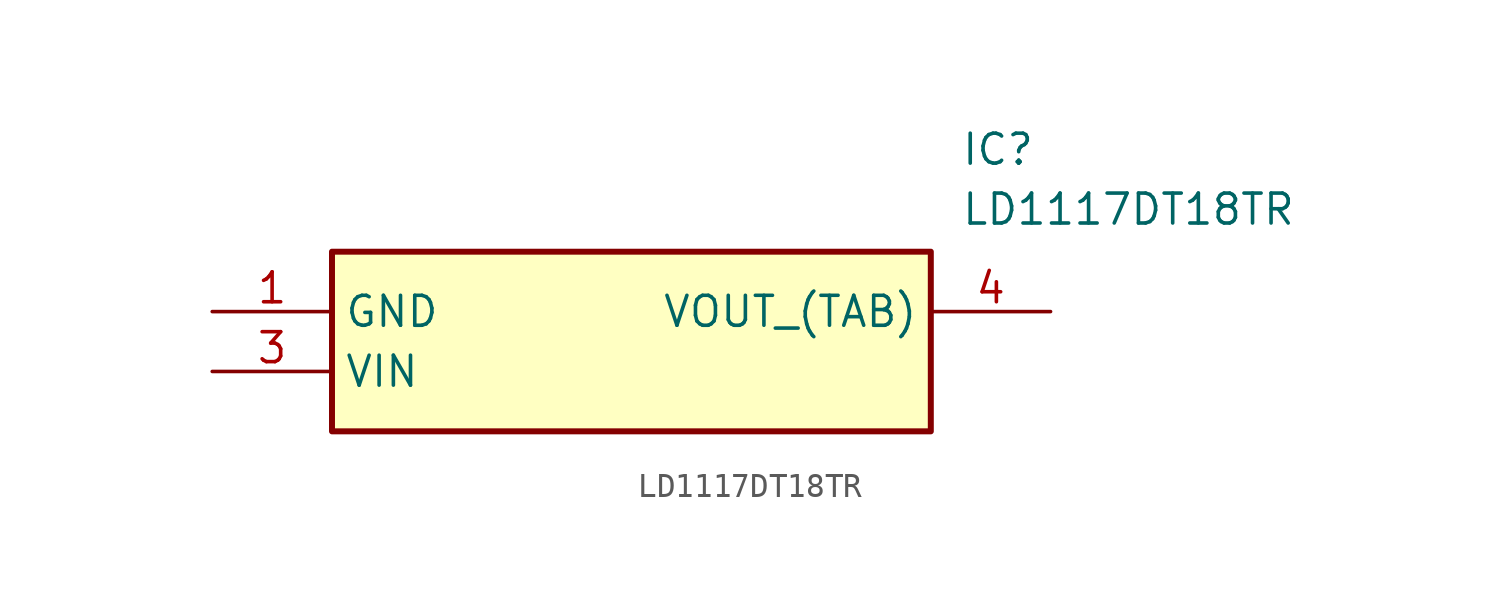
<source format=kicad_sym>
(kicad_symbol_lib
  (version 20211014)
  (generator SamacSys_ECAD_Model)
  (symbol "LD1117DT18TR"
    (property "Reference" "IC"
      (at 31.75 7.62 0)
      (effects (font (size 1.27 1.27)) (justify left top)))
    (property "Value" "LD1117DT18TR"
      (at 31.75 5.08 0)
      (effects (font (size 1.27 1.27)) (justify left top)))
    (rectangle
      (start 5.08 2.54)
      (end 30.48 -5.08)
      (stroke (width 0.254) (type default))
      (fill (type background)))
    (pin power_in line
      (at 0 0 0)
      (length 5.08)
      (name "GND" (effects (font (size 1.27 1.27))))
      (number "1" (effects (font (size 1.27 1.27)))))
    (pin input line
      (at 0 -2.54 0)
      (length 5.08)
      (name "VIN" (effects (font (size 1.27 1.27))))
      (number "3" (effects (font (size 1.27 1.27)))))
    (pin output line
      (at 35.56 0 180)
      (length 5.08)
      (name "VOUT_(TAB)" (effects (font (size 1.27 1.27))))
      (number "4" (effects (font (size 1.27 1.27)))))))
</source>
